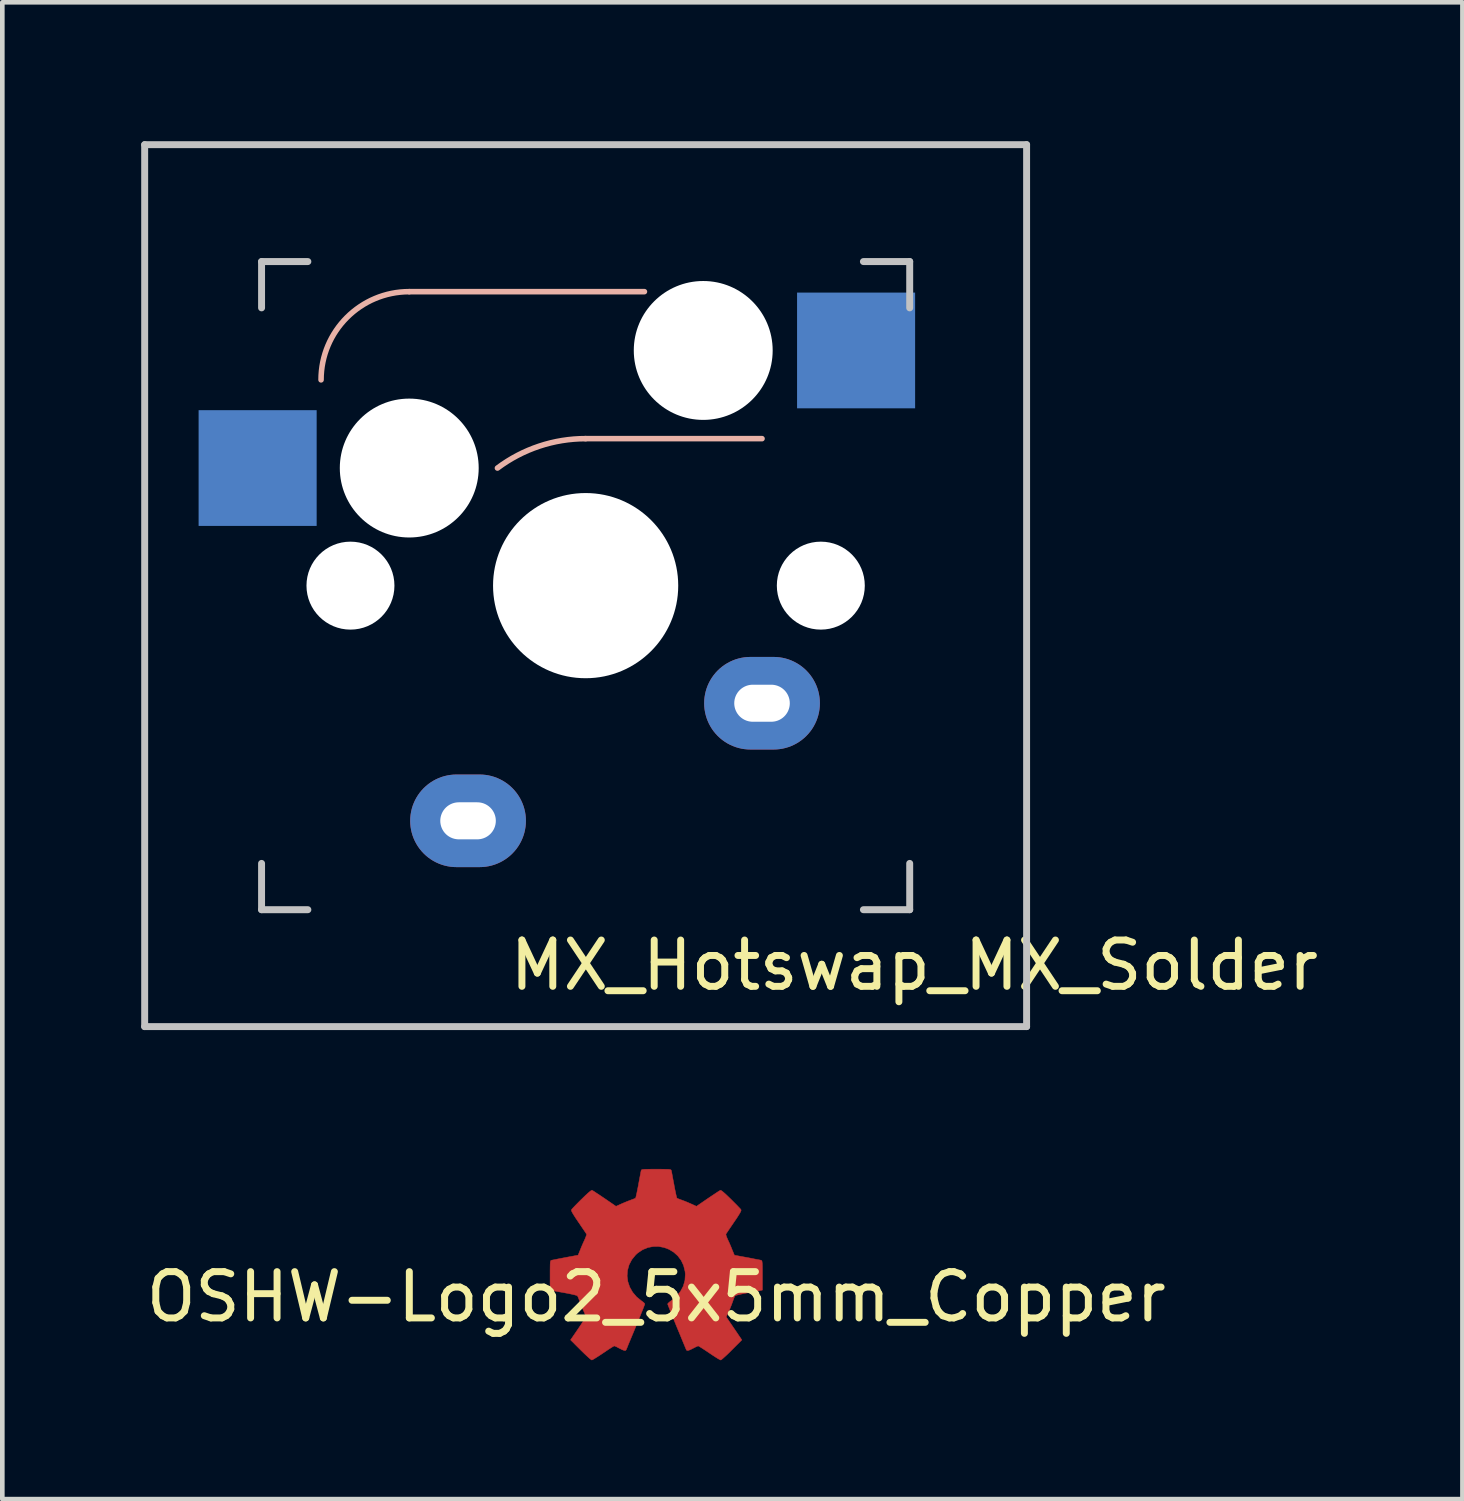
<source format=kicad_pcb>
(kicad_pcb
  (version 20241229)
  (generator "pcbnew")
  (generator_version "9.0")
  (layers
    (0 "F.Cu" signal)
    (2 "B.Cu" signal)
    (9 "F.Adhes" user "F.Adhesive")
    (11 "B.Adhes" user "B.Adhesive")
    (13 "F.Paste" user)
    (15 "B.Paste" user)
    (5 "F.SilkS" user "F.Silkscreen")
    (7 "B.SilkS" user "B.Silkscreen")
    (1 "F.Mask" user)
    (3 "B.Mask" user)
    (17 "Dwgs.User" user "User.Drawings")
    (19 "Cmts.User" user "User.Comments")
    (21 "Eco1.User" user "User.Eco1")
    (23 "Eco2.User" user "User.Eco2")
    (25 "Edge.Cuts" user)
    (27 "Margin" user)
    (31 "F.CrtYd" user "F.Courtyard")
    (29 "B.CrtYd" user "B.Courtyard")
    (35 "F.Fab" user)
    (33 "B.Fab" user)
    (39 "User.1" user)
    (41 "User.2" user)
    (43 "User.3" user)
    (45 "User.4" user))
  (footprint "OSHW-Logo2_5x5mm_Copper"
    (layer "F.Cu")
    (at 11.125 24.963)
    (property "Reference" "OSHW-Logo2_5x5mm_Copper" (at 0 0 0) (layer "F.SilkS") (effects (font (size 1 1) (thickness 0.15))))
    (attr exclude_from_pos_files exclude_from_bom)
    (fp_poly (pts (xy 0.104 -2.758) (xy 0.182 -2.757) (xy 0.239 -2.756) (xy 0.278 -2.754) (xy 0.303 -2.75) (xy 0.316 -2.744) (xy 0.323 -2.737) (xy 0.326 -2.726) (xy 0.327 -2.725) (xy 0.332 -2.701) (xy 0.341 -2.653) (xy 0.353 -2.587) (xy 0.368 -2.508) (xy 0.385 -2.42) (xy 0.385 -2.417) (xy 0.401 -2.331) (xy 0.417 -2.255) (xy 0.43 -2.194) (xy 0.44 -2.152) (xy 0.446 -2.133) (xy 0.447 -2.133) (xy 0.465 -2.124) (xy 0.502 -2.109) (xy 0.551 -2.091) (xy 0.552 -2.091) (xy 0.613 -2.068) (xy 0.686 -2.038) (xy 0.754 -2.008) (xy 0.757 -2.007) (xy 0.869 -1.956) (xy 1.115 -2.125) (xy 1.191 -2.176) (xy 1.26 -2.222) (xy 1.317 -2.26) (xy 1.359 -2.287) (xy 1.383 -2.301) (xy 1.385 -2.302) (xy 1.402 -2.298) (xy 1.434 -2.275) (xy 1.481 -2.235) (xy 1.546 -2.174) (xy 1.612 -2.11) (xy 1.676 -2.046) (xy 1.733 -1.989) (xy 1.78 -1.94) (xy 1.814 -1.904) (xy 1.83 -1.884) (xy 1.831 -1.883) (xy 1.833 -1.869) (xy 1.826 -1.847) (xy 1.809 -1.814) (xy 1.779 -1.765) (xy 1.737 -1.699) (xy 1.679 -1.614) (xy 1.629 -1.54) (xy 1.583 -1.473) (xy 1.546 -1.417) (xy 1.519 -1.378) (xy 1.506 -1.357) (xy 1.505 -1.356) (xy 1.507 -1.336) (xy 1.519 -1.298) (xy 1.54 -1.248) (xy 1.547 -1.232) (xy 1.58 -1.162) (xy 1.614 -1.082) (xy 1.642 -1.012) (xy 1.663 -0.961) (xy 1.679 -0.922) (xy 1.688 -0.901) (xy 1.689 -0.9) (xy 1.706 -0.897) (xy 1.746 -0.89) (xy 1.804 -0.879) (xy 1.875 -0.866) (xy 1.952 -0.852) (xy 2.032 -0.837) (xy 2.107 -0.822) (xy 2.174 -0.809) (xy 2.227 -0.799) (xy 2.26 -0.792) (xy 2.268 -0.79) (xy 2.276 -0.785) (xy 2.283 -0.774) (xy 2.287 -0.754) (xy 2.29 -0.72) (xy 2.292 -0.67) (xy 2.293 -0.599) (xy 2.293 -0.504) (xy 2.293 -0.465) (xy 2.293 -0.147) (xy 2.217 -0.132) (xy 2.175 -0.124) (xy 2.111 -0.112) (xy 2.035 -0.098) (xy 1.953 -0.083) (xy 1.93 -0.079) (xy 1.855 -0.064) (xy 1.789 -0.049) (xy 1.738 -0.037) (xy 1.709 -0.027) (xy 1.704 -0.024) (xy 1.691 -0.003) (xy 1.674 0.038) (xy 1.655 0.09) (xy 1.651 0.102) (xy 1.625 0.172) (xy 1.594 0.25) (xy 1.563 0.321) (xy 1.563 0.322) (xy 1.511 0.433) (xy 1.68 0.681) (xy 1.849 0.93) (xy 1.632 1.147) (xy 1.567 1.212) (xy 1.507 1.269) (xy 1.456 1.315) (xy 1.418 1.348) (xy 1.396 1.363) (xy 1.392 1.364) (xy 1.374 1.356) (xy 1.335 1.335) (xy 1.281 1.301) (xy 1.216 1.259) (xy 1.146 1.212) (xy 1.075 1.164) (xy 1.011 1.122) (xy 0.959 1.089) (xy 0.923 1.067) (xy 0.907 1.06) (xy 0.887 1.066) (xy 0.85 1.083) (xy 0.803 1.107) (xy 0.798 1.11) (xy 0.734 1.142) (xy 0.69 1.158) (xy 0.663 1.158) (xy 0.649 1.143) (xy 0.649 1.143) (xy 0.642 1.126) (xy 0.625 1.085) (xy 0.6 1.024) (xy 0.567 0.945) (xy 0.529 0.852) (xy 0.486 0.748) (xy 0.444 0.648) (xy 0.399 0.537) (xy 0.357 0.434) (xy 0.32 0.342) (xy 0.289 0.265) (xy 0.266 0.206) (xy 0.251 0.167) (xy 0.247 0.153) (xy 0.258 0.136) (xy 0.287 0.11) (xy 0.326 0.081) (xy 0.437 -0.011) (xy 0.523 -0.116) (xy 0.585 -0.233) (xy 0.62 -0.358) (xy 0.628 -0.49) (xy 0.622 -0.552) (xy 0.591 -0.678) (xy 0.538 -0.79) (xy 0.466 -0.886) (xy 0.378 -0.965) (xy 0.278 -1.026) (xy 0.168 -1.067) (xy 0.053 -1.089) (xy -0.065 -1.088) (xy -0.181 -1.066) (xy -0.294 -1.019) (xy -0.4 -0.948) (xy -0.444 -0.908) (xy -0.528 -0.805) (xy -0.587 -0.692) (xy -0.62 -0.573) (xy -0.629 -0.451) (xy -0.613 -0.329) (xy -0.573 -0.211) (xy -0.51 -0.1) (xy -0.423 0.002) (xy -0.326 0.081) (xy -0.286 0.111) (xy -0.257 0.137) (xy -0.247 0.153) (xy -0.252 0.17) (xy -0.267 0.21) (xy -0.291 0.272) (xy -0.323 0.35) (xy -0.36 0.443) (xy -0.403 0.546) (xy -0.444 0.648) (xy -0.49 0.759) (xy -0.533 0.862) (xy -0.571 0.953) (xy -0.603 1.03) (xy -0.627 1.09) (xy -0.643 1.129) (xy -0.649 1.143) (xy -0.663 1.158) (xy -0.69 1.158) (xy -0.734 1.142) (xy -0.797 1.11) (xy -0.798 1.11) (xy -0.845 1.085) (xy -0.884 1.067) (xy -0.906 1.06) (xy -0.907 1.06) (xy -0.923 1.067) (xy -0.96 1.089) (xy -1.012 1.122) (xy -1.075 1.164) (xy -1.146 1.212) (xy -1.218 1.26) (xy -1.283 1.302) (xy -1.336 1.335) (xy -1.374 1.357) (xy -1.392 1.364) (xy -1.409 1.354) (xy -1.443 1.327) (xy -1.49 1.284) (xy -1.547 1.231) (xy -1.612 1.168) (xy -1.633 1.147) (xy -1.85 0.93) (xy -1.684 0.687) (xy -1.634 0.613) (xy -1.59 0.546) (xy -1.555 0.491) (xy -1.53 0.451) (xy -1.519 0.43) (xy -1.519 0.429) (xy -1.525 0.409) (xy -1.54 0.37) (xy -1.562 0.317) (xy -1.578 0.282) (xy -1.607 0.215) (xy -1.635 0.147) (xy -1.656 0.09) (xy -1.662 0.073) (xy -1.679 0.026) (xy -1.695 -0.01) (xy -1.704 -0.024) (xy -1.723 -0.032) (xy -1.766 -0.044) (xy -1.826 -0.058) (xy -1.898 -0.073) (xy -1.93 -0.079) (xy -2.012 -0.094) (xy -2.091 -0.108) (xy -2.159 -0.121) (xy -2.208 -0.13) (xy -2.217 -0.132) (xy -2.293 -0.147) (xy -2.293 -0.465) (xy -2.293 -0.569) (xy -2.292 -0.648) (xy -2.291 -0.705) (xy -2.288 -0.744) (xy -2.284 -0.769) (xy -2.279 -0.782) (xy -2.271 -0.789) (xy -2.268 -0.79) (xy -2.249 -0.794) (xy -2.207 -0.802) (xy -2.148 -0.814) (xy -2.077 -0.828) (xy -1.999 -0.843) (xy -1.92 -0.858) (xy -1.845 -0.872) (xy -1.779 -0.884) (xy -1.727 -0.894) (xy -1.696 -0.899) (xy -1.689 -0.9) (xy -1.683 -0.912) (xy -1.669 -0.946) (xy -1.65 -0.994) (xy -1.642 -1.012) (xy -1.613 -1.085) (xy -1.578 -1.165) (xy -1.547 -1.232) (xy -1.525 -1.284) (xy -1.51 -1.326) (xy -1.504 -1.352) (xy -1.505 -1.356) (xy -1.516 -1.372) (xy -1.54 -1.409) (xy -1.576 -1.461) (xy -1.62 -1.526) (xy -1.67 -1.6) (xy -1.68 -1.614) (xy -1.738 -1.7) (xy -1.78 -1.766) (xy -1.809 -1.814) (xy -1.826 -1.847) (xy -1.833 -1.869) (xy -1.831 -1.883) (xy -1.831 -1.883) (xy -1.816 -1.901) (xy -1.785 -1.935) (xy -1.739 -1.983) (xy -1.683 -2.04) (xy -1.62 -2.103) (xy -1.612 -2.11) (xy -1.533 -2.187) (xy -1.471 -2.244) (xy -1.427 -2.281) (xy -1.398 -2.3) (xy -1.385 -2.302) (xy -1.367 -2.292) (xy -1.328 -2.267) (xy -1.274 -2.231) (xy -1.207 -2.187) (xy -1.133 -2.137) (xy -1.115 -2.125) (xy -0.869 -1.956) (xy -0.757 -2.007) (xy -0.69 -2.036) (xy -0.617 -2.066) (xy -0.554 -2.09) (xy -0.552 -2.091) (xy -0.503 -2.109) (xy -0.465 -2.124) (xy -0.447 -2.133) (xy -0.447 -2.133) (xy -0.441 -2.149) (xy -0.431 -2.19) (xy -0.418 -2.25) (xy -0.403 -2.325) (xy -0.386 -2.41) (xy -0.385 -2.417) (xy -0.369 -2.505) (xy -0.354 -2.585) (xy -0.341 -2.651) (xy -0.332 -2.7) (xy -0.327 -2.725) (xy -0.327 -2.725) (xy -0.323 -2.736) (xy -0.317 -2.744) (xy -0.305 -2.75) (xy -0.281 -2.753) (xy -0.244 -2.756) (xy -0.19 -2.757) (xy -0.114 -2.758) (xy -0.013 -2.758) (xy 0 -2.758) (xy 0.104 -2.758)) (stroke (width 0.01) (type solid)) (fill yes) (layer "F.Cu"))
    (fp_poly (pts (xy 0.104 -2.758) (xy 0.182 -2.757) (xy 0.239 -2.756) (xy 0.278 -2.754) (xy 0.303 -2.75) (xy 0.316 -2.744) (xy 0.323 -2.737) (xy 0.326 -2.726) (xy 0.327 -2.725) (xy 0.332 -2.701) (xy 0.341 -2.653) (xy 0.353 -2.587) (xy 0.368 -2.508) (xy 0.385 -2.42) (xy 0.385 -2.417) (xy 0.401 -2.331) (xy 0.417 -2.255) (xy 0.43 -2.194) (xy 0.44 -2.152) (xy 0.446 -2.133) (xy 0.447 -2.133) (xy 0.465 -2.124) (xy 0.502 -2.109) (xy 0.551 -2.091) (xy 0.552 -2.091) (xy 0.613 -2.068) (xy 0.686 -2.038) (xy 0.754 -2.008) (xy 0.757 -2.007) (xy 0.869 -1.956) (xy 1.115 -2.125) (xy 1.191 -2.176) (xy 1.26 -2.222) (xy 1.317 -2.26) (xy 1.359 -2.287) (xy 1.383 -2.301) (xy 1.385 -2.302) (xy 1.402 -2.298) (xy 1.434 -2.275) (xy 1.481 -2.235) (xy 1.546 -2.174) (xy 1.612 -2.11) (xy 1.676 -2.046) (xy 1.733 -1.989) (xy 1.78 -1.94) (xy 1.814 -1.904) (xy 1.83 -1.884) (xy 1.831 -1.883) (xy 1.833 -1.869) (xy 1.826 -1.847) (xy 1.809 -1.814) (xy 1.779 -1.765) (xy 1.737 -1.699) (xy 1.679 -1.614) (xy 1.629 -1.54) (xy 1.583 -1.473) (xy 1.546 -1.417) (xy 1.519 -1.378) (xy 1.506 -1.357) (xy 1.505 -1.356) (xy 1.507 -1.336) (xy 1.519 -1.298) (xy 1.54 -1.248) (xy 1.547 -1.232) (xy 1.58 -1.162) (xy 1.614 -1.082) (xy 1.642 -1.012) (xy 1.663 -0.961) (xy 1.679 -0.922) (xy 1.688 -0.901) (xy 1.689 -0.9) (xy 1.706 -0.897) (xy 1.746 -0.89) (xy 1.804 -0.879) (xy 1.875 -0.866) (xy 1.952 -0.852) (xy 2.032 -0.837) (xy 2.107 -0.822) (xy 2.174 -0.809) (xy 2.227 -0.799) (xy 2.26 -0.792) (xy 2.268 -0.79) (xy 2.276 -0.785) (xy 2.283 -0.774) (xy 2.287 -0.754) (xy 2.29 -0.72) (xy 2.292 -0.67) (xy 2.293 -0.599) (xy 2.293 -0.504) (xy 2.293 -0.465) (xy 2.293 -0.147) (xy 2.217 -0.132) (xy 2.175 -0.124) (xy 2.111 -0.112) (xy 2.035 -0.098) (xy 1.953 -0.083) (xy 1.93 -0.079) (xy 1.855 -0.064) (xy 1.789 -0.049) (xy 1.738 -0.037) (xy 1.709 -0.027) (xy 1.704 -0.024) (xy 1.691 -0.003) (xy 1.674 0.038) (xy 1.655 0.09) (xy 1.651 0.102) (xy 1.625 0.172) (xy 1.594 0.25) (xy 1.563 0.321) (xy 1.563 0.322) (xy 1.511 0.433) (xy 1.68 0.681) (xy 1.849 0.93) (xy 1.632 1.147) (xy 1.567 1.212) (xy 1.507 1.269) (xy 1.456 1.315) (xy 1.418 1.348) (xy 1.396 1.363) (xy 1.392 1.364) (xy 1.374 1.356) (xy 1.335 1.335) (xy 1.281 1.301) (xy 1.216 1.259) (xy 1.146 1.212) (xy 1.075 1.164) (xy 1.011 1.122) (xy 0.959 1.089) (xy 0.923 1.067) (xy 0.907 1.06) (xy 0.887 1.066) (xy 0.85 1.083) (xy 0.803 1.107) (xy 0.798 1.11) (xy 0.734 1.142) (xy 0.69 1.158) (xy 0.663 1.158) (xy 0.649 1.143) (xy 0.649 1.143) (xy 0.642 1.126) (xy 0.625 1.085) (xy 0.6 1.024) (xy 0.567 0.945) (xy 0.529 0.852) (xy 0.486 0.748) (xy 0.444 0.648) (xy 0.399 0.537) (xy 0.357 0.434) (xy 0.32 0.342) (xy 0.289 0.265) (xy 0.266 0.206) (xy 0.251 0.167) (xy 0.247 0.153) (xy 0.258 0.136) (xy 0.287 0.11) (xy 0.326 0.081) (xy 0.437 -0.011) (xy 0.523 -0.116) (xy 0.585 -0.233) (xy 0.62 -0.358) (xy 0.628 -0.49) (xy 0.622 -0.552) (xy 0.591 -0.678) (xy 0.538 -0.79) (xy 0.466 -0.886) (xy 0.378 -0.965) (xy 0.278 -1.026) (xy 0.168 -1.067) (xy 0.053 -1.089) (xy -0.065 -1.088) (xy -0.181 -1.066) (xy -0.294 -1.019) (xy -0.4 -0.948) (xy -0.444 -0.908) (xy -0.528 -0.805) (xy -0.587 -0.692) (xy -0.62 -0.573) (xy -0.629 -0.451) (xy -0.613 -0.329) (xy -0.573 -0.211) (xy -0.51 -0.1) (xy -0.423 0.002) (xy -0.326 0.081) (xy -0.286 0.111) (xy -0.257 0.137) (xy -0.247 0.153) (xy -0.252 0.17) (xy -0.267 0.21) (xy -0.291 0.272) (xy -0.323 0.35) (xy -0.36 0.443) (xy -0.403 0.546) (xy -0.444 0.648) (xy -0.49 0.759) (xy -0.533 0.862) (xy -0.571 0.953) (xy -0.603 1.03) (xy -0.627 1.09) (xy -0.643 1.129) (xy -0.649 1.143) (xy -0.663 1.158) (xy -0.69 1.158) (xy -0.734 1.142) (xy -0.797 1.11) (xy -0.798 1.11) (xy -0.845 1.085) (xy -0.884 1.067) (xy -0.906 1.06) (xy -0.907 1.06) (xy -0.923 1.067) (xy -0.96 1.089) (xy -1.012 1.122) (xy -1.075 1.164) (xy -1.146 1.212) (xy -1.218 1.26) (xy -1.283 1.302) (xy -1.336 1.335) (xy -1.374 1.357) (xy -1.392 1.364) (xy -1.409 1.354) (xy -1.443 1.327) (xy -1.49 1.284) (xy -1.547 1.231) (xy -1.612 1.168) (xy -1.633 1.147) (xy -1.85 0.93) (xy -1.684 0.687) (xy -1.634 0.613) (xy -1.59 0.546) (xy -1.555 0.491) (xy -1.53 0.451) (xy -1.519 0.43) (xy -1.519 0.429) (xy -1.525 0.409) (xy -1.54 0.37) (xy -1.562 0.317) (xy -1.578 0.282) (xy -1.607 0.215) (xy -1.635 0.147) (xy -1.656 0.09) (xy -1.662 0.073) (xy -1.679 0.026) (xy -1.695 -0.01) (xy -1.704 -0.024) (xy -1.723 -0.032) (xy -1.766 -0.044) (xy -1.826 -0.058) (xy -1.898 -0.073) (xy -1.93 -0.079) (xy -2.012 -0.094) (xy -2.091 -0.108) (xy -2.159 -0.121) (xy -2.208 -0.13) (xy -2.217 -0.132) (xy -2.293 -0.147) (xy -2.293 -0.465) (xy -2.293 -0.569) (xy -2.292 -0.648) (xy -2.291 -0.705) (xy -2.288 -0.744) (xy -2.284 -0.769) (xy -2.279 -0.782) (xy -2.271 -0.789) (xy -2.268 -0.79) (xy -2.249 -0.794) (xy -2.207 -0.802) (xy -2.148 -0.814) (xy -2.077 -0.828) (xy -1.999 -0.843) (xy -1.92 -0.858) (xy -1.845 -0.872) (xy -1.779 -0.884) (xy -1.727 -0.894) (xy -1.696 -0.899) (xy -1.689 -0.9) (xy -1.683 -0.912) (xy -1.669 -0.946) (xy -1.65 -0.994) (xy -1.642 -1.012) (xy -1.613 -1.085) (xy -1.578 -1.165) (xy -1.547 -1.232) (xy -1.525 -1.284) (xy -1.51 -1.326) (xy -1.504 -1.352) (xy -1.505 -1.356) (xy -1.516 -1.372) (xy -1.54 -1.409) (xy -1.576 -1.461) (xy -1.62 -1.526) (xy -1.67 -1.6) (xy -1.68 -1.614) (xy -1.738 -1.7) (xy -1.78 -1.766) (xy -1.809 -1.814) (xy -1.826 -1.847) (xy -1.833 -1.869) (xy -1.831 -1.883) (xy -1.831 -1.883) (xy -1.816 -1.901) (xy -1.785 -1.935) (xy -1.739 -1.983) (xy -1.683 -2.04) (xy -1.62 -2.103) (xy -1.612 -2.11) (xy -1.533 -2.187) (xy -1.471 -2.244) (xy -1.427 -2.281) (xy -1.398 -2.3) (xy -1.385 -2.302) (xy -1.367 -2.292) (xy -1.328 -2.267) (xy -1.274 -2.231) (xy -1.207 -2.187) (xy -1.133 -2.137) (xy -1.115 -2.125) (xy -0.869 -1.956) (xy -0.757 -2.007) (xy -0.69 -2.036) (xy -0.617 -2.066) (xy -0.554 -2.09) (xy -0.552 -2.091) (xy -0.503 -2.109) (xy -0.465 -2.124) (xy -0.447 -2.133) (xy -0.447 -2.133) (xy -0.441 -2.149) (xy -0.431 -2.19) (xy -0.418 -2.25) (xy -0.403 -2.325) (xy -0.386 -2.41) (xy -0.385 -2.417) (xy -0.369 -2.505) (xy -0.354 -2.585) (xy -0.341 -2.651) (xy -0.332 -2.7) (xy -0.327 -2.725) (xy -0.327 -2.725) (xy -0.323 -2.736) (xy -0.317 -2.744) (xy -0.305 -2.75) (xy -0.281 -2.753) (xy -0.244 -2.756) (xy -0.19 -2.757) (xy -0.114 -2.758) (xy -0.013 -2.758) (xy 0 -2.758) (xy 0.104 -2.758)) (stroke (width 0.01) (type solid)) (fill yes) (layer "F.Mask")))
  (footprint "MX_Hotswap_MX_Solder"
    (layer "F.Cu")
    (at 9.6 9.6)
    (property "Reference" "MX_Hotswap_MX_Solder" (at 7.1 8.2 0) (layer "F.SilkS") (effects (font (size 1 1) (thickness 0.15))))
    (attr through_hole)
    (fp_line (start -3.81 -6.35) (end 1.27 -6.35) (stroke (width 0.12) (type solid)) (layer "B.SilkS"))
    (fp_line (start 0 -3.175) (end 3.81 -3.175) (stroke (width 0.12) (type solid)) (layer "B.SilkS"))
    (fp_arc (start -5.715 -4.445) (mid -5.157038 -5.792038) (end -3.81 -6.35) (stroke (width 0.12) (type solid)) (layer "B.SilkS"))
    (fp_arc (start -1.905 -2.54) (mid -1.004023 -3.012069) (end 0 -3.175) (stroke (width 0.12) (type solid)) (layer "B.SilkS"))
    (fp_line (start -9.525 -9.525) (end 9.525 -9.525) (stroke (width 0.15) (type solid)) (layer "Dwgs.User"))
    (fp_line (start -9.525 9.525) (end -9.525 -9.525) (stroke (width 0.15) (type solid)) (layer "Dwgs.User"))
    (fp_line (start -7 -7) (end -6 -7) (stroke (width 0.15) (type solid)) (layer "Dwgs.User"))
    (fp_line (start -7 -6) (end -7 -7) (stroke (width 0.15) (type solid)) (layer "Dwgs.User"))
    (fp_line (start -7 6) (end -7 7) (stroke (width 0.15) (type solid)) (layer "Dwgs.User"))
    (fp_line (start -7 7) (end -6 7) (stroke (width 0.15) (type solid)) (layer "Dwgs.User"))
    (fp_line (start 6 7) (end 7 7) (stroke (width 0.15) (type solid)) (layer "Dwgs.User"))
    (fp_line (start 7 -7) (end 6 -7) (stroke (width 0.15) (type solid)) (layer "Dwgs.User"))
    (fp_line (start 7 -7) (end 7 -6) (stroke (width 0.15) (type solid)) (layer "Dwgs.User"))
    (fp_line (start 7 7) (end 7 6) (stroke (width 0.15) (type solid)) (layer "Dwgs.User"))
    (fp_line (start 9.525 -9.525) (end 9.525 9.525) (stroke (width 0.15) (type solid)) (layer "Dwgs.User"))
    (fp_line (start 9.525 9.525) (end -9.525 9.525) (stroke (width 0.15) (type solid)) (layer "Dwgs.User"))
    (pad "" np_thru_hole circle (at -5.08 0) (size 1.9 1.9) (drill 1.9) (layers "*.Cu" "*.Mask"))
    (pad "" np_thru_hole circle (at -3.81 -2.54) (size 3 3) (drill 3) (layers "*.Cu" "*.Mask"))
    (pad "" np_thru_hole circle (at 0 0) (size 4 4) (drill 4) (layers "*.Cu" "*.Mask"))
    (pad "" np_thru_hole circle (at 2.54 -5.08) (size 3 3) (drill 3) (layers "*.Cu" "*.Mask"))
    (pad "" np_thru_hole circle (at 5.08 0) (size 1.9 1.9) (drill 1.9) (layers "*.Cu" "*.Mask"))
    (pad "1" smd rect (at -7.085 -2.54 180) (size 2.55 2.5) (layers "B.Cu" "B.Mask" "B.Paste"))
    (pad "1" thru_hole oval (at -2.54 5.08 180) (size 2.5 2) (drill oval 1.2 0.8) (layers "*.Cu" "B.Mask"))
    (pad "2" thru_hole oval (at 3.81 2.54 180) (size 2.5 2) (drill oval 1.2 0.8) (layers "*.Cu" "B.Mask"))
    (pad "2" smd rect (at 5.842 -5.08 180) (size 2.55 2.5) (layers "B.Cu" "B.Mask" "B.Paste")))
  (gr_rect
    (start -3 -3)
    (end 28.539 29.332)
    (stroke (width 0.1) (type default))
    (fill no)
    (layer "Edge.Cuts")))
</source>
